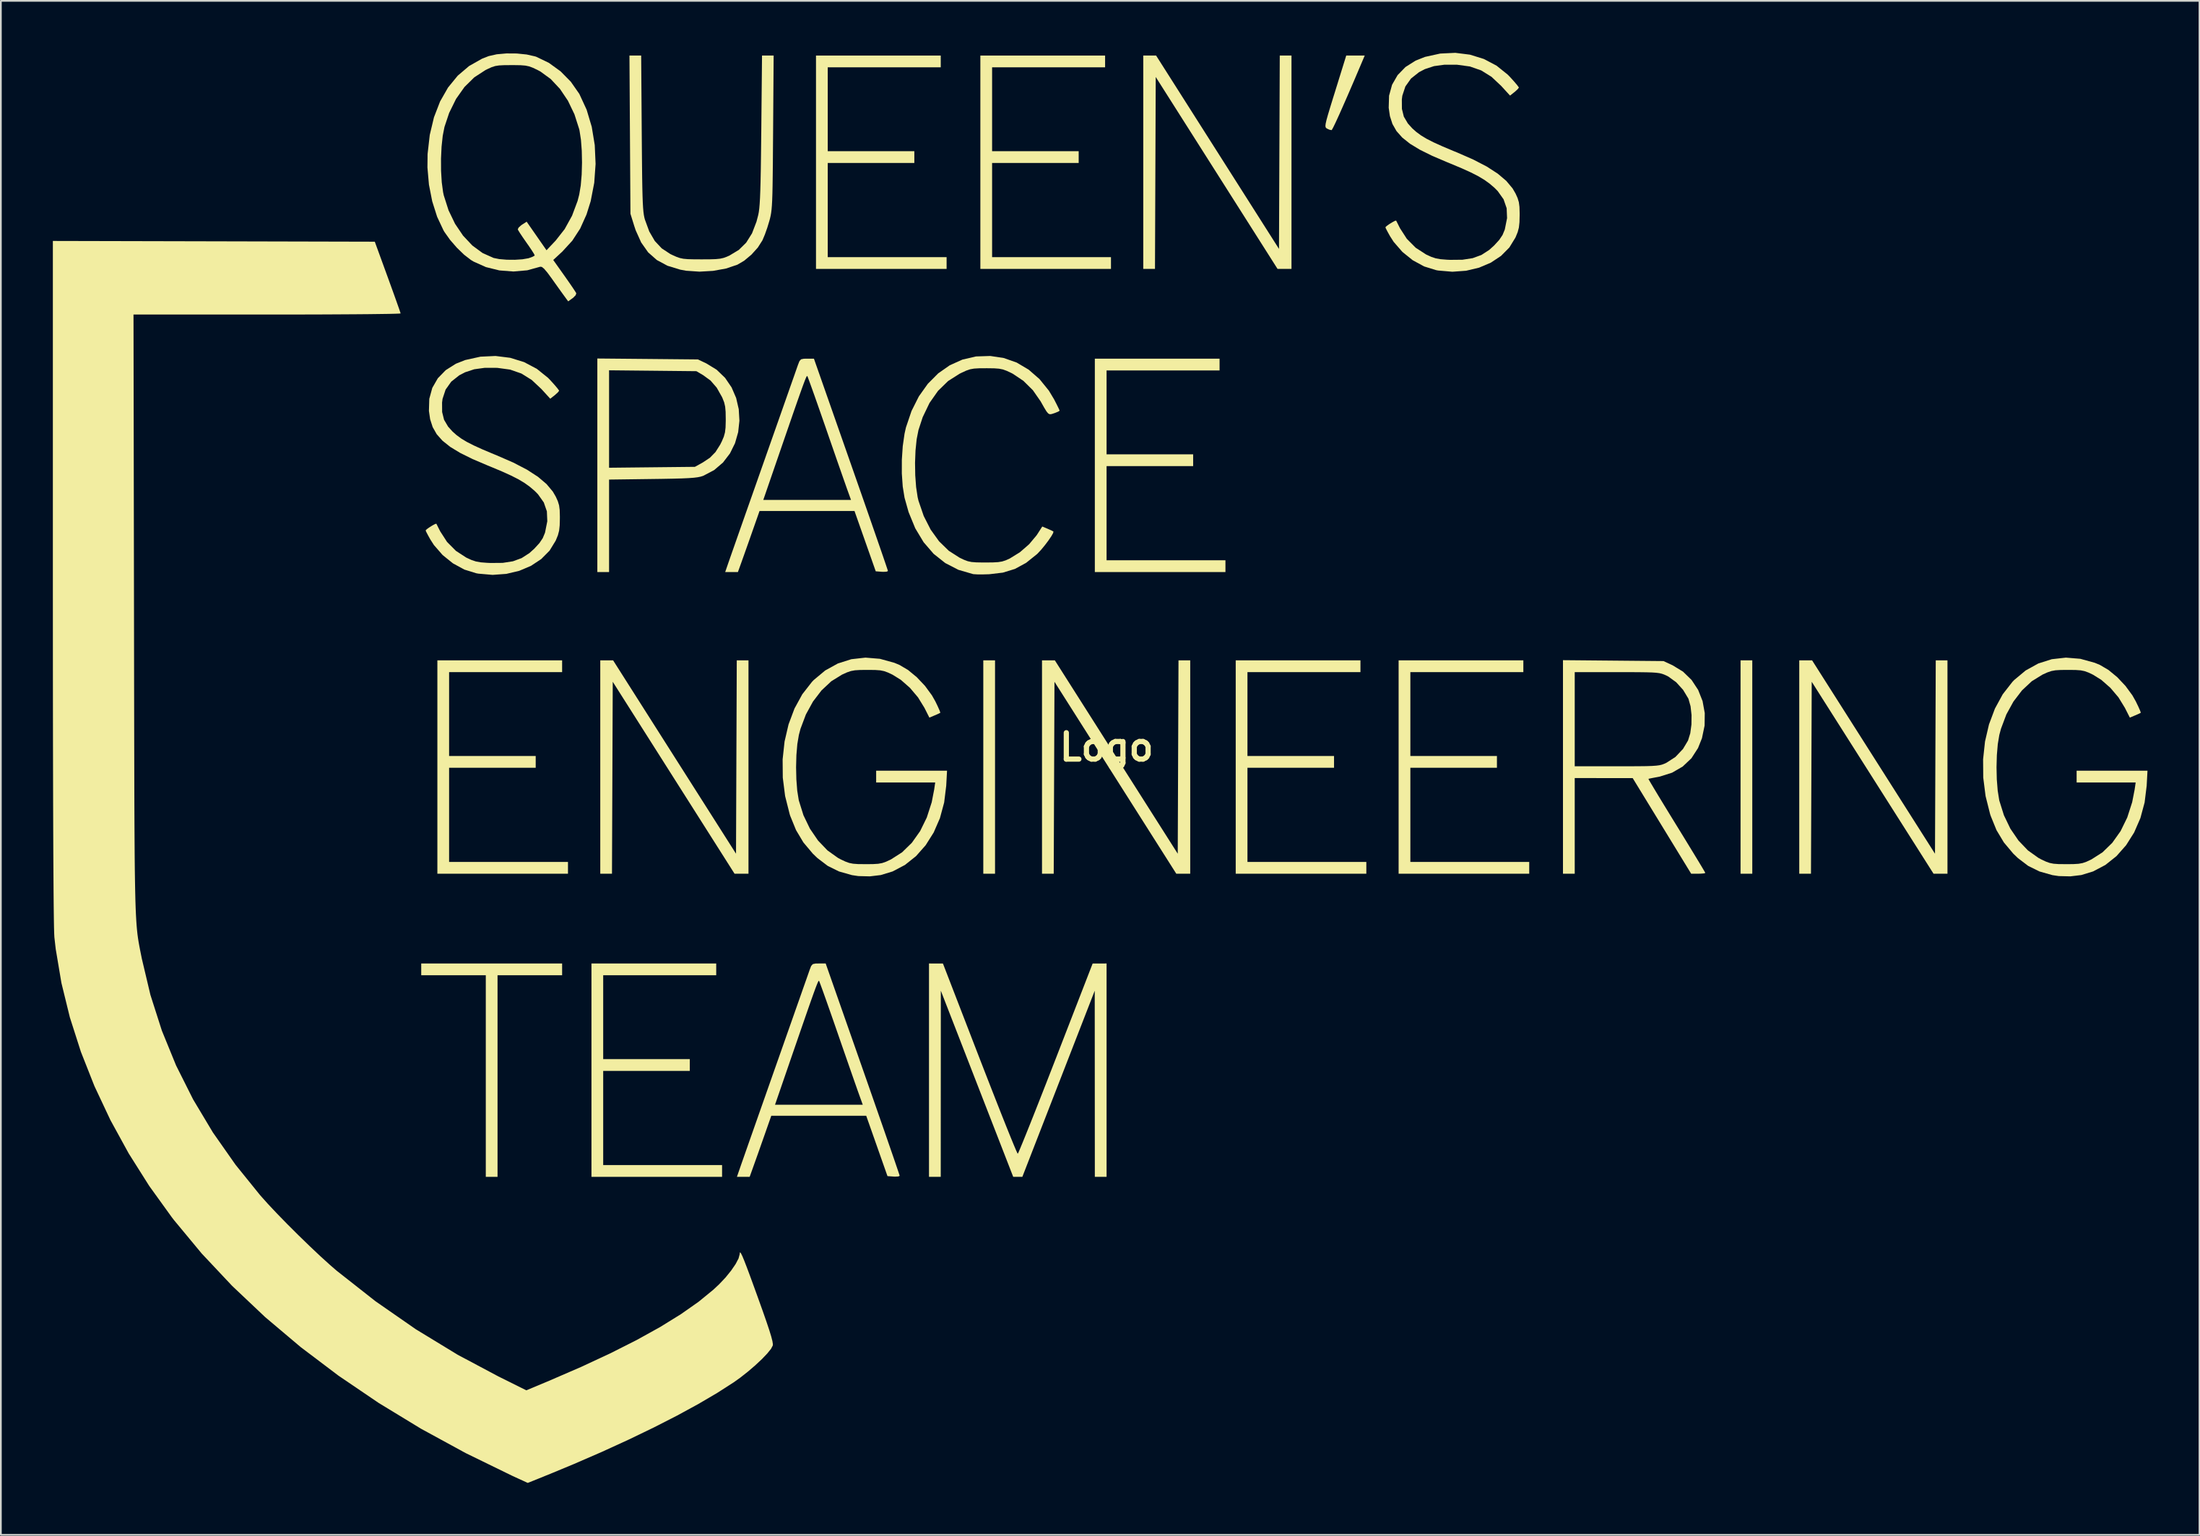
<source format=kicad_pcb>
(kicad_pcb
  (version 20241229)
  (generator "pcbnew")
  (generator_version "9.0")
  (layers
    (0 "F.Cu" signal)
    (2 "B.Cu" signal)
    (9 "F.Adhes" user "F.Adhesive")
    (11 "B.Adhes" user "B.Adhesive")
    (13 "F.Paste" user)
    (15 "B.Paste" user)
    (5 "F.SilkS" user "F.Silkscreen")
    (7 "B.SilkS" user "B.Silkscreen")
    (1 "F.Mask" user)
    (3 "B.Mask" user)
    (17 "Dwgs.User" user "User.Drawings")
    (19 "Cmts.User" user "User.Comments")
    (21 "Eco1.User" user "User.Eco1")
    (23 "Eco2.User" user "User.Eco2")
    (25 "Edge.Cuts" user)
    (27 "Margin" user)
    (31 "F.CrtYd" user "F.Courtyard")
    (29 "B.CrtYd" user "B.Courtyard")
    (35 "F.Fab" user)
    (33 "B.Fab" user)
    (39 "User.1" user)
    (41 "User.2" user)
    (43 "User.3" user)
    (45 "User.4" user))
  (footprint "Logo"
    (layer "F.Cu")
    (at 60.791 40.083)
    (property "Reference" "Logo" (at 0 0 0) (layer "F.SilkS") (effects (font (size 1.524 1.524) (thickness 0.3))))
    (attr board_only exclude_from_pos_files exclude_from_bom)
    (fp_poly (pts (xy -6.435 7.306) (xy -7.112 7.306) (xy -7.112 -5.012) (xy -6.435 -5.012)) (stroke (width 0) (type solid)) (fill yes) (layer "F.SilkS"))
    (fp_poly (pts (xy 37.253 7.306) (xy 36.576 7.306) (xy 36.576 -5.012) (xy 37.253 -5.012)) (stroke (width 0) (type solid)) (fill yes) (layer "F.SilkS"))
    (fp_poly (pts (xy -31.411 13.167) (xy -35.137 13.167) (xy -35.137 24.805) (xy -35.814 24.805) (xy -35.814 13.167) (xy -39.539 13.167) (xy -39.539 12.488) (xy -31.411 12.488)) (stroke (width 0) (type solid)) (fill yes) (layer "F.SilkS"))
    (fp_poly (pts (xy 9.948 -28.763) (xy 9.992 -39.926) (xy 10.668 -39.926) (xy 10.668 -27.609) (xy 9.864 -27.609) (xy 2.836 -38.689) (xy 2.793 -27.609) (xy 2.117 -27.609) (xy 2.117 -39.926) (xy 2.858 -39.926)) (stroke (width 0) (type solid)) (fill yes) (layer "F.SilkS"))
    (fp_poly (pts (xy -31.411 -4.332) (xy -37.931 -4.332) (xy -37.931 0.51) (xy -32.935 0.51) (xy -32.935 1.189) (xy -37.931 1.189) (xy -37.931 6.626) (xy -31.073 6.626) (xy -31.073 7.306) (xy -38.608 7.306) (xy -38.608 -5.012) (xy -31.411 -5.012)) (stroke (width 0) (type solid)) (fill yes) (layer "F.SilkS"))
    (fp_poly (pts (xy -22.521 13.167) (xy -29.041 13.167) (xy -29.041 18.009) (xy -24.045 18.009) (xy -24.045 18.689) (xy -29.041 18.689) (xy -29.041 24.126) (xy -22.183 24.126) (xy -22.183 24.805) (xy -29.718 24.805) (xy -29.718 12.488) (xy -22.521 12.488)) (stroke (width 0) (type solid)) (fill yes) (layer "F.SilkS"))
    (fp_poly (pts (xy -9.567 -39.247) (xy -16.087 -39.247) (xy -16.087 -34.405) (xy -11.091 -34.405) (xy -11.091 -33.725) (xy -16.087 -33.725) (xy -16.087 -28.288) (xy -9.229 -28.288) (xy -9.229 -27.609) (xy -16.764 -27.609) (xy -16.764 -39.926) (xy -9.567 -39.926)) (stroke (width 0) (type solid)) (fill yes) (layer "F.SilkS"))
    (fp_poly (pts (xy -0.085 -39.247) (xy -6.604 -39.247) (xy -6.604 -34.405) (xy -1.609 -34.405) (xy -1.609 -33.725) (xy -6.604 -33.725) (xy -6.604 -28.288) (xy 0.254 -28.288) (xy 0.254 -27.609) (xy -7.281 -27.609) (xy -7.281 -39.926) (xy -0.085 -39.926)) (stroke (width 0) (type solid)) (fill yes) (layer "F.SilkS"))
    (fp_poly (pts (xy 4.106 6.151) (xy 4.15 -5.012) (xy 4.826 -5.012) (xy 4.826 7.306) (xy 4.022 7.306) (xy 0.508 1.765) (xy -3.006 -3.775) (xy -3.027 1.765) (xy -3.049 7.306) (xy -3.725 7.306) (xy -3.725 -5.012) (xy -2.984 -5.012)) (stroke (width 0) (type solid)) (fill yes) (layer "F.SilkS"))
    (fp_poly (pts (xy 6.519 -21.747) (xy 0 -21.747) (xy 0 -16.905) (xy 4.995 -16.905) (xy 4.995 -16.225) (xy 0 -16.225) (xy 0 -10.789) (xy 6.858 -10.789) (xy 6.858 -10.109) (xy -0.677 -10.109) (xy -0.677 -22.427) (xy 6.519 -22.427)) (stroke (width 0) (type solid)) (fill yes) (layer "F.SilkS"))
    (fp_poly (pts (xy 14.647 -4.332) (xy 8.128 -4.332) (xy 8.128 0.51) (xy 13.123 0.51) (xy 13.123 1.189) (xy 8.128 1.189) (xy 8.128 6.626) (xy 14.986 6.626) (xy 14.986 7.306) (xy 7.451 7.306) (xy 7.451 -5.012) (xy 14.647 -5.012)) (stroke (width 0) (type solid)) (fill yes) (layer "F.SilkS"))
    (fp_poly (pts (xy 24.045 -4.332) (xy 17.526 -4.332) (xy 17.526 0.51) (xy 22.521 0.51) (xy 22.521 1.189) (xy 17.526 1.189) (xy 17.526 6.626) (xy 24.384 6.626) (xy 24.384 7.306) (xy 16.849 7.306) (xy 16.849 -5.012) (xy 24.045 -5.012)) (stroke (width 0) (type solid)) (fill yes) (layer "F.SilkS"))
    (fp_poly (pts (xy 47.794 6.151) (xy 47.838 -5.012) (xy 48.514 -5.012) (xy 48.514 7.306) (xy 47.71 7.306) (xy 44.196 1.765) (xy 40.682 -3.775) (xy 40.661 1.765) (xy 40.639 7.306) (xy 39.963 7.306) (xy 39.963 -5.012) (xy 40.704 -5.012)) (stroke (width 0) (type solid)) (fill yes) (layer "F.SilkS"))
    (fp_poly (pts (xy -24.924 0.57) (xy -21.378 6.151) (xy -21.357 0.57) (xy -21.335 -5.012) (xy -20.659 -5.012) (xy -20.659 7.306) (xy -21.463 7.306) (xy -24.977 1.765) (xy -28.49 -3.775) (xy -28.512 1.765) (xy -28.534 7.306) (xy -29.21 7.306) (xy -29.21 -5.012) (xy -28.469 -5.012)) (stroke (width 0) (type solid)) (fill yes) (layer "F.SilkS"))
    (fp_poly (pts (xy 14.633 -39.311) (xy 14.268 -38.453) (xy 13.939 -37.69) (xy 13.651 -37.032) (xy 13.409 -36.487) (xy 13.216 -36.067) (xy 13.077 -35.78) (xy 12.997 -35.636) (xy 12.982 -35.621) (xy 12.861 -35.643) (xy 12.73 -35.703) (xy 12.675 -35.738) (xy 12.639 -35.785) (xy 12.626 -35.863) (xy 12.64 -35.992) (xy 12.684 -36.191) (xy 12.764 -36.481) (xy 12.883 -36.879) (xy 13.045 -37.407) (xy 13.188 -37.866) (xy 13.827 -39.926) (xy 14.894 -39.926)) (stroke (width 0) (type solid)) (fill yes) (layer "F.SilkS"))
    (fp_poly (pts (xy 0 24.805) (xy -0.677 24.805) (xy -0.683 14.059) (xy -2.771 19.432) (xy -4.859 24.805) (xy -5.386 24.805) (xy -9.562 14.059) (xy -9.567 24.805) (xy -10.245 24.805) (xy -10.245 12.488) (xy -9.842 12.489) (xy -9.44 12.491) (xy -7.317 17.99) (xy -6.961 18.907) (xy -6.622 19.776) (xy -6.305 20.584) (xy -6.015 21.319) (xy -5.757 21.966) (xy -5.536 22.515) (xy -5.357 22.951) (xy -5.225 23.264) (xy -5.145 23.438) (xy -5.124 23.472) (xy -5.082 23.392) (xy -4.985 23.167) (xy -4.837 22.808) (xy -4.643 22.33) (xy -4.408 21.744) (xy -4.138 21.064) (xy -3.838 20.302) (xy -3.512 19.471) (xy -3.167 18.585) (xy -2.929 17.974) (xy -0.804 12.491) (xy -0.402 12.489) (xy 0 12.488)) (stroke (width 0) (type solid)) (fill yes) (layer "F.SilkS"))
    (fp_poly (pts (xy -26.48 -22.411) (xy -23.58 -22.384) (xy -23.099 -22.158) (xy -22.497 -21.79) (xy -22.009 -21.32) (xy -21.634 -20.77) (xy -21.371 -20.16) (xy -21.221 -19.511) (xy -21.182 -18.845) (xy -21.254 -18.184) (xy -21.436 -17.547) (xy -21.728 -16.956) (xy -22.129 -16.432) (xy -22.638 -15.997) (xy -23.256 -15.671) (xy -23.283 -15.66) (xy -23.419 -15.617) (xy -23.589 -15.582) (xy -23.814 -15.554) (xy -24.113 -15.532) (xy -24.507 -15.514) (xy -25.017 -15.5) (xy -25.661 -15.488) (xy -26.183 -15.481) (xy -28.702 -15.448) (xy -28.702 -10.109) (xy -29.379 -10.109) (xy -29.379 -21.756) (xy -28.702 -21.756) (xy -28.702 -16.131) (xy -23.749 -16.183) (xy -23.297 -16.434) (xy -22.884 -16.708) (xy -22.564 -17.035) (xy -22.293 -17.463) (xy -22.19 -17.67) (xy -22.082 -17.926) (xy -22.016 -18.167) (xy -21.982 -18.449) (xy -21.971 -18.83) (xy -21.971 -18.944) (xy -21.978 -19.357) (xy -22.005 -19.658) (xy -22.062 -19.904) (xy -22.159 -20.151) (xy -22.19 -20.218) (xy -22.493 -20.755) (xy -22.847 -21.163) (xy -23.271 -21.473) (xy -23.664 -21.705) (xy -26.183 -21.731) (xy -28.702 -21.756) (xy -29.379 -21.756) (xy -29.379 -22.437)) (stroke (width 0) (type solid)) (fill yes) (layer "F.SilkS"))
    (fp_poly (pts (xy -26.817 -35.445) (xy -26.809 -34.441) (xy -26.801 -33.591) (xy -26.793 -32.882) (xy -26.783 -32.297) (xy -26.771 -31.823) (xy -26.757 -31.443) (xy -26.74 -31.144) (xy -26.72 -30.911) (xy -26.696 -30.727) (xy -26.667 -30.579) (xy -26.635 -30.458) (xy -26.383 -29.77) (xy -26.065 -29.223) (xy -25.666 -28.796) (xy -25.169 -28.469) (xy -25.041 -28.407) (xy -24.816 -28.307) (xy -24.62 -28.238) (xy -24.414 -28.195) (xy -24.157 -28.172) (xy -23.809 -28.163) (xy -23.368 -28.161) (xy -22.895 -28.163) (xy -22.552 -28.174) (xy -22.3 -28.199) (xy -22.099 -28.243) (xy -21.91 -28.312) (xy -21.752 -28.383) (xy -21.22 -28.704) (xy -20.792 -29.125) (xy -20.455 -29.663) (xy -20.198 -30.334) (xy -20.096 -30.723) (xy -20.064 -30.888) (xy -20.037 -31.096) (xy -20.014 -31.363) (xy -19.994 -31.702) (xy -19.977 -32.129) (xy -19.962 -32.658) (xy -19.949 -33.304) (xy -19.938 -34.082) (xy -19.927 -35.007) (xy -19.92 -35.615) (xy -19.878 -39.926) (xy -19.208 -39.926) (xy -19.239 -35.488) (xy -19.247 -34.502) (xy -19.253 -33.671) (xy -19.261 -32.978) (xy -19.269 -32.408) (xy -19.279 -31.944) (xy -19.292 -31.572) (xy -19.308 -31.275) (xy -19.328 -31.037) (xy -19.352 -30.844) (xy -19.381 -30.678) (xy -19.416 -30.525) (xy -19.458 -30.37) (xy -19.577 -29.979) (xy -19.716 -29.588) (xy -19.847 -29.275) (xy -19.857 -29.255) (xy -20.121 -28.841) (xy -20.489 -28.433) (xy -20.908 -28.082) (xy -21.298 -27.853) (xy -21.956 -27.631) (xy -22.705 -27.496) (xy -23.487 -27.451) (xy -24.247 -27.503) (xy -24.596 -27.566) (xy -25.333 -27.792) (xy -25.945 -28.121) (xy -26.447 -28.564) (xy -26.85 -29.135) (xy -27.169 -29.844) (xy -27.252 -30.095) (xy -27.469 -30.794) (xy -27.526 -39.926) (xy -26.85 -39.926)) (stroke (width 0) (type solid)) (fill yes) (layer "F.SilkS"))
    (fp_poly (pts (xy 29.231 -4.996) (xy 32.131 -4.97) (xy 32.658 -4.725) (xy 33.26 -4.358) (xy 33.753 -3.877) (xy 34.13 -3.304) (xy 34.385 -2.66) (xy 34.511 -1.967) (xy 34.502 -1.246) (xy 34.35 -0.518) (xy 34.123 0.051) (xy 33.743 0.64) (xy 33.24 1.117) (xy 32.627 1.473) (xy 31.915 1.699) (xy 31.797 1.722) (xy 31.525 1.773) (xy 31.33 1.812) (xy 31.261 1.829) (xy 31.298 1.903) (xy 31.416 2.104) (xy 31.603 2.418) (xy 31.85 2.829) (xy 32.149 3.32) (xy 32.488 3.875) (xy 32.859 4.48) (xy 32.891 4.531) (xy 33.265 5.14) (xy 33.609 5.703) (xy 33.914 6.204) (xy 34.17 6.626) (xy 34.367 6.954) (xy 34.495 7.171) (xy 34.544 7.261) (xy 34.544 7.262) (xy 34.468 7.287) (xy 34.274 7.303) (xy 34.135 7.306) (xy 33.727 7.306) (xy 32.04 4.546) (xy 30.353 1.786) (xy 28.681 1.785) (xy 27.009 1.784) (xy 27.009 7.306) (xy 26.331 7.306) (xy 26.331 -4.332) (xy 27.009 -4.332) (xy 27.009 1.104) (xy 29.443 1.104) (xy 30.15 1.103) (xy 30.709 1.1) (xy 31.141 1.095) (xy 31.469 1.084) (xy 31.714 1.067) (xy 31.897 1.043) (xy 32.039 1.009) (xy 32.163 0.964) (xy 32.29 0.906) (xy 32.3 0.901) (xy 32.818 0.566) (xy 33.255 0.104) (xy 33.545 -0.382) (xy 33.675 -0.8) (xy 33.743 -1.309) (xy 33.749 -1.851) (xy 33.692 -2.362) (xy 33.573 -2.782) (xy 33.559 -2.814) (xy 33.26 -3.31) (xy 32.865 -3.745) (xy 32.419 -4.071) (xy 32.3 -4.133) (xy 32.172 -4.19) (xy 32.047 -4.235) (xy 31.905 -4.27) (xy 31.722 -4.295) (xy 31.479 -4.312) (xy 31.152 -4.322) (xy 30.722 -4.328) (xy 30.166 -4.331) (xy 29.462 -4.332) (xy 29.443 -4.332) (xy 27.009 -4.332) (xy 26.331 -4.332) (xy 26.331 -5.022)) (stroke (width 0) (type solid)) (fill yes) (layer "F.SilkS"))
    (fp_poly (pts (xy -14.747 -16.332) (xy -14.406 -15.357) (xy -14.081 -14.429) (xy -13.778 -13.559) (xy -13.501 -12.761) (xy -13.253 -12.047) (xy -13.039 -11.429) (xy -12.864 -10.92) (xy -12.732 -10.532) (xy -12.647 -10.278) (xy -12.613 -10.17) (xy -12.613 -10.168) (xy -12.689 -10.131) (xy -12.878 -10.121) (xy -12.966 -10.125) (xy -13.317 -10.152) (xy -13.93 -11.893) (xy -14.543 -13.634) (xy -20.021 -13.634) (xy -20.424 -12.488) (xy -20.592 -12.009) (xy -20.763 -11.526) (xy -20.917 -11.091) (xy -21.036 -10.757) (xy -21.047 -10.725) (xy -21.269 -10.109) (xy -22.003 -10.109) (xy -21.806 -10.682) (xy -21.743 -10.862) (xy -21.63 -11.187) (xy -21.47 -11.641) (xy -21.271 -12.209) (xy -21.037 -12.877) (xy -20.773 -13.628) (xy -20.546 -14.272) (xy -19.805 -14.272) (xy -14.744 -14.272) (xy -14.981 -14.93) (xy -15.064 -15.166) (xy -15.195 -15.539) (xy -15.365 -16.025) (xy -15.566 -16.6) (xy -15.788 -17.241) (xy -16.025 -17.923) (xy -16.216 -18.477) (xy -16.448 -19.143) (xy -16.663 -19.758) (xy -16.855 -20.304) (xy -17.019 -20.763) (xy -17.146 -21.115) (xy -17.231 -21.342) (xy -17.267 -21.426) (xy -17.281 -21.428) (xy -17.305 -21.398) (xy -17.342 -21.324) (xy -17.395 -21.196) (xy -17.469 -21.003) (xy -17.568 -20.732) (xy -17.696 -20.374) (xy -17.857 -19.917) (xy -18.055 -19.349) (xy -18.293 -18.66) (xy -18.577 -17.838) (xy -18.91 -16.872) (xy -19.096 -16.332) (xy -19.805 -14.272) (xy -20.546 -14.272) (xy -20.484 -14.448) (xy -20.177 -15.32) (xy -19.857 -16.231) (xy -19.769 -16.48) (xy -19.449 -17.391) (xy -19.142 -18.263) (xy -18.854 -19.08) (xy -18.591 -19.829) (xy -18.357 -20.495) (xy -18.157 -21.064) (xy -17.996 -21.52) (xy -17.881 -21.85) (xy -17.815 -22.038) (xy -17.805 -22.066) (xy -17.72 -22.284) (xy -17.627 -22.39) (xy -17.465 -22.424) (xy -17.281 -22.427) (xy -16.883 -22.427)) (stroke (width 0) (type solid)) (fill yes) (layer "F.SilkS"))
    (fp_poly (pts (xy -14.069 18.583) (xy -13.728 19.557) (xy -13.404 20.486) (xy -13.101 21.355) (xy -12.823 22.153) (xy -12.576 22.867) (xy -12.362 23.485) (xy -12.187 23.994) (xy -12.055 24.382) (xy -11.97 24.636) (xy -11.936 24.744) (xy -11.936 24.747) (xy -12.012 24.783) (xy -12.201 24.793) (xy -12.289 24.789) (xy -12.64 24.763) (xy -13.253 23.021) (xy -13.866 21.28) (xy -19.344 21.28) (xy -19.746 22.427) (xy -19.915 22.905) (xy -20.085 23.389) (xy -20.24 23.824) (xy -20.359 24.158) (xy -20.37 24.189) (xy -20.591 24.805) (xy -21.326 24.805) (xy -21.128 24.232) (xy -21.066 24.052) (xy -20.952 23.728) (xy -20.793 23.274) (xy -20.594 22.705) (xy -20.359 22.038) (xy -20.095 21.286) (xy -19.869 20.643) (xy -19.128 20.643) (xy -14.066 20.643) (xy -14.303 19.984) (xy -14.387 19.748) (xy -14.518 19.375) (xy -14.688 18.889) (xy -14.888 18.314) (xy -15.111 17.673) (xy -15.348 16.991) (xy -15.539 16.438) (xy -15.77 15.772) (xy -15.986 15.156) (xy -16.178 14.61) (xy -16.341 14.152) (xy -16.469 13.8) (xy -16.554 13.572) (xy -16.589 13.488) (xy -16.604 13.487) (xy -16.628 13.517) (xy -16.664 13.59) (xy -16.717 13.718) (xy -16.792 13.912) (xy -16.891 14.182) (xy -17.019 14.54) (xy -17.18 14.998) (xy -17.377 15.565) (xy -17.616 16.255) (xy -17.9 17.077) (xy -18.233 18.042) (xy -18.419 18.583) (xy -19.128 20.643) (xy -19.869 20.643) (xy -19.807 20.467) (xy -19.5 19.594) (xy -19.18 18.683) (xy -19.092 18.434) (xy -18.771 17.523) (xy -18.465 16.652) (xy -18.177 15.834) (xy -17.914 15.085) (xy -17.679 14.419) (xy -17.48 13.851) (xy -17.319 13.395) (xy -17.203 13.065) (xy -17.137 12.876) (xy -17.128 12.849) (xy -17.043 12.63) (xy -16.949 12.524) (xy -16.787 12.49) (xy -16.604 12.488) (xy -16.205 12.488)) (stroke (width 0) (type solid)) (fill yes) (layer "F.SilkS"))
    (fp_poly (pts (xy -13.079 -5.101) (xy -12.246 -4.871) (xy -11.951 -4.749) (xy -11.453 -4.455) (xy -10.948 -4.038) (xy -10.475 -3.537) (xy -10.076 -2.992) (xy -9.877 -2.641) (xy -9.737 -2.35) (xy -9.637 -2.123) (xy -9.592 -1.998) (xy -9.592 -1.986) (xy -9.68 -1.939) (xy -9.864 -1.856) (xy -9.921 -1.833) (xy -10.223 -1.706) (xy -10.509 -2.273) (xy -10.88 -2.876) (xy -11.346 -3.427) (xy -11.869 -3.886) (xy -12.347 -4.183) (xy -12.614 -4.309) (xy -12.834 -4.389) (xy -13.059 -4.435) (xy -13.343 -4.455) (xy -13.736 -4.46) (xy -13.799 -4.46) (xy -14.213 -4.456) (xy -14.512 -4.438) (xy -14.748 -4.395) (xy -14.974 -4.318) (xy -15.245 -4.196) (xy -15.266 -4.186) (xy -15.881 -3.805) (xy -16.444 -3.279) (xy -16.938 -2.633) (xy -17.347 -1.887) (xy -17.657 -1.064) (xy -17.752 -0.706) (xy -17.841 -0.178) (xy -17.895 0.463) (xy -17.913 1.16) (xy -17.897 1.859) (xy -17.847 2.506) (xy -17.761 3.046) (xy -17.752 3.085) (xy -17.488 3.93) (xy -17.114 4.706) (xy -16.646 5.391) (xy -16.101 5.961) (xy -15.494 6.394) (xy -15.336 6.478) (xy -15.071 6.603) (xy -14.852 6.683) (xy -14.626 6.728) (xy -14.343 6.749) (xy -13.949 6.753) (xy -13.885 6.754) (xy -13.473 6.75) (xy -13.178 6.732) (xy -12.948 6.691) (xy -12.73 6.616) (xy -12.474 6.497) (xy -12.432 6.476) (xy -11.797 6.07) (xy -11.236 5.522) (xy -10.758 4.848) (xy -10.372 4.062) (xy -10.088 3.181) (xy -9.945 2.442) (xy -9.887 2.039) (xy -13.293 2.039) (xy -13.293 1.359) (xy -9.204 1.359) (xy -9.251 2.23) (xy -9.37 3.195) (xy -9.614 4.098) (xy -9.973 4.924) (xy -10.436 5.659) (xy -10.992 6.289) (xy -11.631 6.799) (xy -12.342 7.174) (xy -13.022 7.382) (xy -13.657 7.458) (xy -14.321 7.442) (xy -14.69 7.387) (xy -15.437 7.175) (xy -16.086 6.855) (xy -16.682 6.402) (xy -16.95 6.144) (xy -17.491 5.5) (xy -17.916 4.788) (xy -18.251 3.966) (xy -18.283 3.866) (xy -18.546 2.822) (xy -18.68 1.761) (xy -18.689 0.703) (xy -18.577 -0.328) (xy -18.348 -1.313) (xy -18.006 -2.228) (xy -17.554 -3.055) (xy -16.997 -3.769) (xy -16.894 -3.876) (xy -16.233 -4.428) (xy -15.504 -4.83) (xy -14.725 -5.078) (xy -13.911 -5.169)) (stroke (width 0) (type solid)) (fill yes) (layer "F.SilkS"))
    (fp_poly (pts (xy 56.178 -5.101) (xy 57.011 -4.871) (xy 57.306 -4.749) (xy 57.805 -4.455) (xy 58.31 -4.038) (xy 58.782 -3.537) (xy 59.182 -2.992) (xy 59.38 -2.641) (xy 59.52 -2.35) (xy 59.621 -2.123) (xy 59.666 -1.998) (xy 59.665 -1.986) (xy 59.578 -1.939) (xy 59.393 -1.856) (xy 59.337 -1.833) (xy 59.035 -1.706) (xy 58.748 -2.273) (xy 58.378 -2.876) (xy 57.911 -3.427) (xy 57.388 -3.886) (xy 56.91 -4.183) (xy 56.644 -4.309) (xy 56.424 -4.389) (xy 56.198 -4.435) (xy 55.915 -4.455) (xy 55.521 -4.46) (xy 55.458 -4.46) (xy 55.044 -4.456) (xy 54.745 -4.438) (xy 54.51 -4.395) (xy 54.283 -4.318) (xy 54.012 -4.196) (xy 53.992 -4.186) (xy 53.376 -3.805) (xy 52.814 -3.279) (xy 52.32 -2.633) (xy 51.91 -1.887) (xy 51.601 -1.064) (xy 51.505 -0.706) (xy 51.417 -0.178) (xy 51.363 0.463) (xy 51.344 1.16) (xy 51.36 1.859) (xy 51.411 2.506) (xy 51.497 3.046) (xy 51.505 3.085) (xy 51.77 3.93) (xy 52.143 4.706) (xy 52.611 5.391) (xy 53.156 5.961) (xy 53.764 6.394) (xy 53.921 6.478) (xy 54.186 6.603) (xy 54.406 6.683) (xy 54.631 6.728) (xy 54.915 6.749) (xy 55.308 6.753) (xy 55.372 6.754) (xy 55.784 6.75) (xy 56.08 6.732) (xy 56.31 6.691) (xy 56.527 6.616) (xy 56.784 6.497) (xy 56.825 6.476) (xy 57.46 6.07) (xy 58.021 5.522) (xy 58.5 4.848) (xy 58.885 4.062) (xy 59.169 3.181) (xy 59.313 2.442) (xy 59.371 2.039) (xy 55.965 2.039) (xy 55.965 1.359) (xy 60.053 1.359) (xy 60.006 2.23) (xy 59.887 3.195) (xy 59.643 4.098) (xy 59.284 4.924) (xy 58.821 5.659) (xy 58.265 6.289) (xy 57.626 6.799) (xy 56.915 7.174) (xy 56.236 7.382) (xy 55.601 7.458) (xy 54.937 7.442) (xy 54.568 7.387) (xy 53.82 7.175) (xy 53.172 6.855) (xy 52.576 6.402) (xy 52.308 6.144) (xy 51.767 5.5) (xy 51.341 4.788) (xy 51.007 3.966) (xy 50.974 3.866) (xy 50.712 2.822) (xy 50.578 1.761) (xy 50.569 0.703) (xy 50.68 -0.328) (xy 50.909 -1.313) (xy 51.252 -2.228) (xy 51.703 -3.055) (xy 52.26 -3.769) (xy 52.363 -3.876) (xy 53.025 -4.428) (xy 53.753 -4.83) (xy 54.533 -5.078) (xy 55.346 -5.169)) (stroke (width 0) (type solid)) (fill yes) (layer "F.SilkS"))
    (fp_poly (pts (xy -5.935 -22.466) (xy -5.19 -22.205) (xy -4.494 -21.793) (xy -3.867 -21.246) (xy -3.329 -20.582) (xy -3.027 -20.078) (xy -2.879 -19.79) (xy -2.768 -19.564) (xy -2.712 -19.438) (xy -2.709 -19.426) (xy -2.781 -19.374) (xy -2.96 -19.3) (xy -3.02 -19.279) (xy -3.167 -19.231) (xy -3.274 -19.218) (xy -3.366 -19.262) (xy -3.468 -19.385) (xy -3.605 -19.61) (xy -3.802 -19.959) (xy -3.806 -19.966) (xy -4.251 -20.605) (xy -4.8 -21.148) (xy -5.418 -21.561) (xy -5.494 -21.6) (xy -5.758 -21.724) (xy -5.976 -21.804) (xy -6.202 -21.849) (xy -6.485 -21.87) (xy -6.879 -21.875) (xy -6.945 -21.875) (xy -7.353 -21.872) (xy -7.645 -21.855) (xy -7.876 -21.814) (xy -8.098 -21.737) (xy -8.367 -21.613) (xy -8.487 -21.554) (xy -9.146 -21.133) (xy -9.724 -20.569) (xy -10.214 -19.872) (xy -10.609 -19.049) (xy -10.852 -18.307) (xy -10.957 -17.772) (xy -11.023 -17.124) (xy -11.05 -16.414) (xy -11.038 -15.693) (xy -10.988 -15.014) (xy -10.899 -14.428) (xy -10.852 -14.229) (xy -10.549 -13.344) (xy -10.148 -12.557) (xy -9.662 -11.882) (xy -9.103 -11.337) (xy -8.481 -10.938) (xy -8.481 -10.938) (xy -8.221 -10.815) (xy -8.007 -10.735) (xy -7.789 -10.689) (xy -7.517 -10.668) (xy -7.141 -10.661) (xy -6.987 -10.661) (xy -6.56 -10.665) (xy -6.255 -10.682) (xy -6.023 -10.72) (xy -5.817 -10.786) (xy -5.589 -10.89) (xy -5.572 -10.899) (xy -5.002 -11.251) (xy -4.471 -11.712) (xy -4.039 -12.228) (xy -3.981 -12.315) (xy -3.71 -12.738) (xy -3.405 -12.61) (xy -3.201 -12.52) (xy -3.077 -12.457) (xy -3.065 -12.448) (xy -3.084 -12.357) (xy -3.189 -12.173) (xy -3.355 -11.929) (xy -3.557 -11.661) (xy -3.769 -11.403) (xy -3.968 -11.189) (xy -4.013 -11.145) (xy -4.641 -10.641) (xy -5.285 -10.29) (xy -5.982 -10.076) (xy -6.768 -9.983) (xy -6.773 -9.983) (xy -7.133 -9.973) (xy -7.45 -9.974) (xy -7.669 -9.987) (xy -7.705 -9.992) (xy -8.549 -10.238) (xy -9.307 -10.629) (xy -9.977 -11.161) (xy -10.555 -11.831) (xy -11.038 -12.635) (xy -11.422 -13.569) (xy -11.655 -14.399) (xy -11.76 -15.045) (xy -11.812 -15.795) (xy -11.811 -16.591) (xy -11.759 -17.377) (xy -11.656 -18.094) (xy -11.576 -18.453) (xy -11.253 -19.408) (xy -10.829 -20.252) (xy -10.312 -20.978) (xy -9.714 -21.579) (xy -9.045 -22.047) (xy -8.314 -22.375) (xy -7.532 -22.556) (xy -6.71 -22.583)) (stroke (width 0) (type solid)) (fill yes) (layer "F.SilkS"))
    (fp_poly (pts (xy -34.405 -22.477) (xy -33.605 -22.229) (xy -32.872 -21.842) (xy -32.226 -21.323) (xy -32.098 -21.191) (xy -31.869 -20.938) (xy -31.693 -20.731) (xy -31.596 -20.601) (xy -31.585 -20.576) (xy -31.649 -20.489) (xy -31.8 -20.35) (xy -31.842 -20.315) (xy -32.095 -20.115) (xy -32.606 -20.675) (xy -33.165 -21.199) (xy -33.756 -21.568) (xy -34.409 -21.796) (xy -35.152 -21.897) (xy -35.155 -21.897) (xy -35.874 -21.899) (xy -36.479 -21.816) (xy -37.007 -21.643) (xy -37.345 -21.467) (xy -37.809 -21.099) (xy -38.134 -20.64) (xy -38.31 -20.105) (xy -38.337 -19.892) (xy -38.333 -19.347) (xy -38.222 -18.9) (xy -37.988 -18.503) (xy -37.733 -18.221) (xy -37.497 -18.011) (xy -37.231 -17.816) (xy -36.91 -17.623) (xy -36.508 -17.418) (xy -36.002 -17.188) (xy -35.368 -16.921) (xy -35.153 -16.833) (xy -34.215 -16.423) (xy -33.435 -16.017) (xy -32.805 -15.609) (xy -32.313 -15.192) (xy -31.95 -14.759) (xy -31.776 -14.461) (xy -31.657 -14.196) (xy -31.586 -13.959) (xy -31.551 -13.69) (xy -31.541 -13.328) (xy -31.541 -13.21) (xy -31.551 -12.802) (xy -31.584 -12.499) (xy -31.653 -12.236) (xy -31.771 -11.946) (xy -31.785 -11.916) (xy -32.135 -11.345) (xy -32.615 -10.86) (xy -33.204 -10.469) (xy -33.882 -10.181) (xy -34.628 -10.004) (xy -35.421 -9.946) (xy -36.24 -10.017) (xy -36.363 -10.039) (xy -37.051 -10.252) (xy -37.709 -10.611) (xy -38.305 -11.091) (xy -38.807 -11.668) (xy -39.019 -11.999) (xy -39.157 -12.248) (xy -39.254 -12.435) (xy -39.285 -12.512) (xy -39.223 -12.579) (xy -39.075 -12.686) (xy -38.895 -12.799) (xy -38.741 -12.882) (xy -38.667 -12.901) (xy -38.667 -12.901) (xy -38.623 -12.814) (xy -38.527 -12.623) (xy -38.443 -12.457) (xy -38.049 -11.847) (xy -37.538 -11.332) (xy -36.943 -10.945) (xy -36.937 -10.942) (xy -36.644 -10.807) (xy -36.387 -10.721) (xy -36.108 -10.67) (xy -35.745 -10.642) (xy -35.55 -10.633) (xy -34.839 -10.639) (xy -34.249 -10.73) (xy -33.746 -10.915) (xy -33.298 -11.204) (xy -33.014 -11.46) (xy -32.719 -11.783) (xy -32.528 -12.067) (xy -32.404 -12.367) (xy -32.393 -12.404) (xy -32.266 -13.043) (xy -32.29 -13.613) (xy -32.468 -14.127) (xy -32.804 -14.601) (xy -32.986 -14.785) (xy -33.265 -15.025) (xy -33.568 -15.245) (xy -33.922 -15.458) (xy -34.353 -15.678) (xy -34.887 -15.92) (xy -35.551 -16.198) (xy -35.715 -16.265) (xy -36.582 -16.635) (xy -37.295 -16.988) (xy -37.868 -17.336) (xy -38.314 -17.692) (xy -38.647 -18.068) (xy -38.879 -18.476) (xy -39.025 -18.93) (xy -39.095 -19.412) (xy -39.074 -20.109) (xy -38.901 -20.741) (xy -38.582 -21.296) (xy -38.127 -21.764) (xy -37.542 -22.135) (xy -37.003 -22.348) (xy -36.124 -22.542) (xy -35.252 -22.583)) (stroke (width 0) (type solid)) (fill yes) (layer "F.SilkS"))
    (fp_poly (pts (xy 20.967 -39.977) (xy 21.767 -39.728) (xy 22.5 -39.342) (xy 23.146 -38.822) (xy 23.274 -38.691) (xy 23.503 -38.438) (xy 23.679 -38.231) (xy 23.776 -38.101) (xy 23.787 -38.076) (xy 23.723 -37.989) (xy 23.572 -37.849) (xy 23.53 -37.815) (xy 23.277 -37.615) (xy 22.766 -38.174) (xy 22.207 -38.699) (xy 21.616 -39.067) (xy 20.963 -39.295) (xy 20.22 -39.396) (xy 20.217 -39.396) (xy 19.498 -39.398) (xy 18.893 -39.316) (xy 18.365 -39.143) (xy 18.027 -38.967) (xy 17.563 -38.598) (xy 17.238 -38.14) (xy 17.062 -37.605) (xy 17.035 -37.392) (xy 17.039 -36.847) (xy 17.15 -36.399) (xy 17.384 -36.003) (xy 17.639 -35.721) (xy 17.875 -35.511) (xy 18.141 -35.316) (xy 18.462 -35.122) (xy 18.864 -34.917) (xy 19.37 -34.688) (xy 20.004 -34.42) (xy 20.219 -34.333) (xy 21.157 -33.922) (xy 21.937 -33.517) (xy 22.567 -33.109) (xy 23.059 -32.692) (xy 23.422 -32.259) (xy 23.596 -31.96) (xy 23.715 -31.695) (xy 23.786 -31.458) (xy 23.821 -31.19) (xy 23.831 -30.828) (xy 23.831 -30.709) (xy 23.821 -30.302) (xy 23.788 -29.999) (xy 23.719 -29.735) (xy 23.601 -29.445) (xy 23.587 -29.415) (xy 23.237 -28.845) (xy 22.757 -28.36) (xy 22.168 -27.969) (xy 21.49 -27.681) (xy 20.744 -27.504) (xy 19.951 -27.446) (xy 19.132 -27.516) (xy 19.009 -27.539) (xy 18.321 -27.752) (xy 17.663 -28.11) (xy 17.067 -28.59) (xy 16.565 -29.168) (xy 16.353 -29.499) (xy 16.215 -29.748) (xy 16.118 -29.934) (xy 16.087 -30.012) (xy 16.149 -30.078) (xy 16.297 -30.186) (xy 16.477 -30.298) (xy 16.631 -30.382) (xy 16.705 -30.401) (xy 16.705 -30.4) (xy 16.749 -30.314) (xy 16.845 -30.123) (xy 16.929 -29.956) (xy 17.323 -29.346) (xy 17.834 -28.831) (xy 18.429 -28.445) (xy 18.435 -28.442) (xy 18.728 -28.307) (xy 18.985 -28.221) (xy 19.264 -28.17) (xy 19.627 -28.141) (xy 19.822 -28.132) (xy 20.533 -28.139) (xy 21.123 -28.23) (xy 21.626 -28.414) (xy 22.074 -28.704) (xy 22.358 -28.96) (xy 22.653 -29.283) (xy 22.844 -29.567) (xy 22.968 -29.867) (xy 22.979 -29.903) (xy 23.106 -30.543) (xy 23.082 -31.112) (xy 22.904 -31.627) (xy 22.568 -32.1) (xy 22.386 -32.285) (xy 22.107 -32.525) (xy 21.804 -32.745) (xy 21.45 -32.958) (xy 21.019 -33.178) (xy 20.485 -33.42) (xy 19.821 -33.698) (xy 19.657 -33.765) (xy 18.79 -34.135) (xy 18.077 -34.488) (xy 17.504 -34.836) (xy 17.058 -35.192) (xy 16.725 -35.568) (xy 16.493 -35.976) (xy 16.347 -36.429) (xy 16.277 -36.912) (xy 16.298 -37.609) (xy 16.471 -38.24) (xy 16.79 -38.796) (xy 17.245 -39.264) (xy 17.83 -39.634) (xy 18.369 -39.848) (xy 19.248 -40.041) (xy 20.12 -40.083)) (stroke (width 0) (type solid)) (fill yes) (layer "F.SilkS"))
    (fp_poly (pts (xy -34.027 -40.045) (xy -33.455 -39.987) (xy -32.97 -39.877) (xy -32.9 -39.854) (xy -32.176 -39.505) (xy -31.501 -39.016) (xy -30.908 -38.414) (xy -30.429 -37.728) (xy -30.413 -37.701) (xy -29.997 -36.801) (xy -29.701 -35.809) (xy -29.528 -34.755) (xy -29.48 -33.668) (xy -29.558 -32.579) (xy -29.763 -31.517) (xy -30.003 -30.752) (xy -30.369 -29.937) (xy -30.823 -29.239) (xy -31.392 -28.617) (xy -31.419 -28.592) (xy -31.923 -28.124) (xy -31.278 -27.215) (xy -31.034 -26.867) (xy -30.826 -26.565) (xy -30.674 -26.336) (xy -30.597 -26.211) (xy -30.593 -26.202) (xy -30.63 -26.091) (xy -30.769 -25.947) (xy -30.808 -25.918) (xy -31.061 -25.736) (xy -31.265 -26.014) (xy -31.401 -26.201) (xy -31.603 -26.483) (xy -31.84 -26.815) (xy -32 -27.041) (xy -32.258 -27.392) (xy -32.446 -27.614) (xy -32.578 -27.723) (xy -32.67 -27.736) (xy -33.42 -27.529) (xy -34.22 -27.46) (xy -35.029 -27.522) (xy -35.807 -27.714) (xy -36.516 -28.031) (xy -36.673 -28.126) (xy -37.066 -28.429) (xy -37.483 -28.833) (xy -37.876 -29.286) (xy -38.195 -29.735) (xy -38.255 -29.835) (xy -38.622 -30.618) (xy -38.905 -31.511) (xy -39.094 -32.474) (xy -39.181 -33.467) (xy -39.175 -33.973) (xy -38.398 -33.973) (xy -38.395 -33.272) (xy -38.355 -32.611) (xy -38.279 -32.044) (xy -38.239 -31.856) (xy -37.964 -30.995) (xy -37.588 -30.214) (xy -37.127 -29.531) (xy -36.594 -28.963) (xy -36.002 -28.527) (xy -35.366 -28.242) (xy -35.036 -28.176) (xy -34.605 -28.14) (xy -34.139 -28.136) (xy -33.703 -28.164) (xy -33.36 -28.223) (xy -33.331 -28.231) (xy -33.123 -28.306) (xy -33.003 -28.372) (xy -32.992 -28.386) (xy -33.032 -28.474) (xy -33.152 -28.666) (xy -33.33 -28.931) (xy -33.461 -29.117) (xy -33.67 -29.417) (xy -33.839 -29.67) (xy -33.945 -29.842) (xy -33.969 -29.891) (xy -33.921 -29.995) (xy -33.77 -30.131) (xy -33.725 -30.162) (xy -33.457 -30.335) (xy -32.884 -29.511) (xy -32.311 -28.686) (xy -31.781 -29.248) (xy -31.266 -29.904) (xy -30.839 -30.677) (xy -30.52 -31.529) (xy -30.424 -31.899) (xy -30.336 -32.427) (xy -30.282 -33.06) (xy -30.263 -33.746) (xy -30.277 -34.432) (xy -30.325 -35.066) (xy -30.407 -35.596) (xy -30.426 -35.679) (xy -30.7 -36.535) (xy -31.075 -37.317) (xy -31.537 -38.003) (xy -32.071 -38.573) (xy -32.662 -39.004) (xy -32.837 -39.097) (xy -33.096 -39.22) (xy -33.31 -39.3) (xy -33.528 -39.346) (xy -33.801 -39.368) (xy -34.176 -39.374) (xy -34.331 -39.374) (xy -34.749 -39.371) (xy -35.047 -39.356) (xy -35.276 -39.32) (xy -35.483 -39.252) (xy -35.72 -39.144) (xy -35.837 -39.085) (xy -36.475 -38.671) (xy -37.043 -38.112) (xy -37.531 -37.422) (xy -37.928 -36.615) (xy -38.198 -35.806) (xy -38.299 -35.293) (xy -38.366 -34.664) (xy -38.398 -33.973) (xy -39.175 -33.973) (xy -39.173 -34.235) (xy -39.047 -35.344) (xy -38.805 -36.36) (xy -38.452 -37.275) (xy -37.993 -38.079) (xy -37.434 -38.764) (xy -36.779 -39.321) (xy -36.034 -39.743) (xy -35.645 -39.895) (xy -35.183 -39.999) (xy -34.624 -40.049)) (stroke (width 0) (type solid)) (fill yes) (layer "F.SilkS"))
    (fp_poly (pts (xy -51.504 -29.202) (xy -42.218 -29.18) (xy -41.475 -27.141) (xy -41.274 -26.586) (xy -41.092 -26.083) (xy -40.94 -25.655) (xy -40.823 -25.323) (xy -40.75 -25.11) (xy -40.729 -25.039) (xy -40.811 -25.03) (xy -41.05 -25.021) (xy -41.435 -25.012) (xy -41.954 -25.005) (xy -42.595 -24.997) (xy -43.346 -24.991) (xy -44.194 -24.986) (xy -45.129 -24.981) (xy -46.139 -24.978) (xy -47.211 -24.976) (xy -48.333 -24.975) (xy -48.432 -24.975) (xy -56.139 -24.975) (xy -56.11 -7.667) (xy -56.107 -5.629) (xy -56.104 -3.753) (xy -56.101 -2.032) (xy -56.098 -0.459) (xy -56.095 0.975) (xy -56.092 2.277) (xy -56.088 3.453) (xy -56.083 4.513) (xy -56.077 5.462) (xy -56.071 6.31) (xy -56.063 7.062) (xy -56.053 7.728) (xy -56.042 8.314) (xy -56.03 8.827) (xy -56.015 9.277) (xy -55.998 9.669) (xy -55.979 10.011) (xy -55.958 10.311) (xy -55.934 10.577) (xy -55.908 10.816) (xy -55.878 11.035) (xy -55.845 11.243) (xy -55.809 11.445) (xy -55.77 11.651) (xy -55.727 11.868) (xy -55.68 12.102) (xy -55.663 12.19) (xy -55.163 14.302) (xy -54.503 16.364) (xy -53.682 18.375) (xy -52.699 20.336) (xy -51.555 22.248) (xy -50.248 24.112) (xy -48.831 25.867) (xy -48.396 26.354) (xy -47.863 26.921) (xy -47.264 27.536) (xy -46.629 28.169) (xy -45.989 28.791) (xy -45.374 29.372) (xy -44.814 29.88) (xy -44.408 30.232) (xy -42.176 31.988) (xy -39.849 33.605) (xy -37.432 35.078) (xy -35.089 36.326) (xy -33.476 37.129) (xy -32.168 36.581) (xy -30.316 35.779) (xy -28.629 34.993) (xy -27.106 34.223) (xy -25.75 33.471) (xy -24.561 32.735) (xy -23.538 32.017) (xy -22.683 31.317) (xy -22.354 31.009) (xy -21.982 30.615) (xy -21.658 30.214) (xy -21.401 29.838) (xy -21.231 29.514) (xy -21.167 29.272) (xy -21.167 29.269) (xy -21.16 29.183) (xy -21.134 29.167) (xy -21.086 29.231) (xy -21.01 29.387) (xy -20.902 29.648) (xy -20.756 30.025) (xy -20.568 30.529) (xy -20.333 31.173) (xy -20.11 31.789) (xy -19.837 32.55) (xy -19.622 33.167) (xy -19.46 33.652) (xy -19.347 34.02) (xy -19.279 34.284) (xy -19.252 34.457) (xy -19.256 34.539) (xy -19.359 34.735) (xy -19.578 35.006) (xy -19.888 35.33) (xy -20.267 35.685) (xy -20.69 36.048) (xy -21.134 36.398) (xy -21.507 36.664) (xy -22.455 37.274) (xy -23.551 37.918) (xy -24.781 38.589) (xy -26.13 39.278) (xy -27.581 39.979) (xy -29.119 40.683) (xy -30.73 41.383) (xy -31.954 41.892) (xy -32.409 42.077) (xy -32.805 42.238) (xy -33.117 42.364) (xy -33.322 42.446) (xy -33.393 42.474) (xy -33.468 42.44) (xy -33.666 42.349) (xy -33.957 42.216) (xy -34.29 42.063) (xy -36.977 40.751) (xy -39.546 39.349) (xy -41.992 37.859) (xy -44.31 36.285) (xy -46.495 34.632) (xy -48.543 32.902) (xy -50.448 31.1) (xy -52.205 29.23) (xy -53.809 27.295) (xy -53.927 27.141) (xy -55.232 25.33) (xy -56.415 23.455) (xy -57.47 21.53) (xy -58.392 19.569) (xy -59.174 17.587) (xy -59.811 15.597) (xy -60.297 13.613) (xy -60.627 11.649) (xy -60.704 10.971) (xy -60.714 10.773) (xy -60.725 10.406) (xy -60.734 9.872) (xy -60.743 9.173) (xy -60.751 8.309) (xy -60.758 7.282) (xy -60.765 6.093) (xy -60.771 4.745) (xy -60.776 3.237) (xy -60.78 1.573) (xy -60.784 -0.248) (xy -60.787 -2.224) (xy -60.789 -4.352) (xy -60.79 -6.633) (xy -60.791 -9.064) (xy -60.791 -9.566) (xy -60.791 -29.223)) (stroke (width 0) (type solid)) (fill yes) (layer "F.SilkS")))
  (gr_rect
    (start -3 -3)
    (end 123.844 85.556)
    (stroke (width 0.1) (type default))
    (fill no)
    (layer "Edge.Cuts")))
</source>
